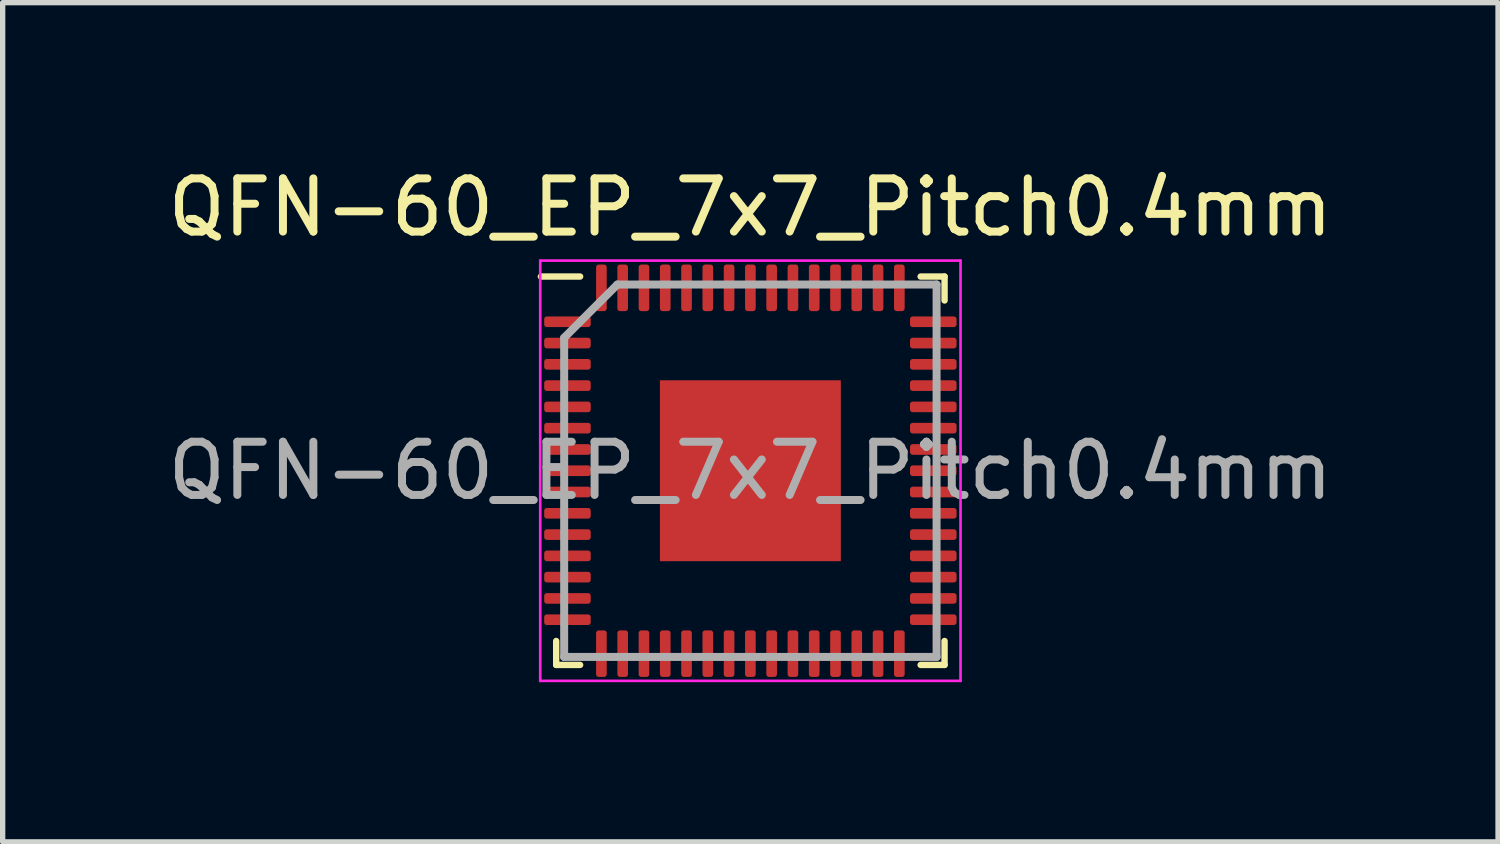
<source format=kicad_pcb>
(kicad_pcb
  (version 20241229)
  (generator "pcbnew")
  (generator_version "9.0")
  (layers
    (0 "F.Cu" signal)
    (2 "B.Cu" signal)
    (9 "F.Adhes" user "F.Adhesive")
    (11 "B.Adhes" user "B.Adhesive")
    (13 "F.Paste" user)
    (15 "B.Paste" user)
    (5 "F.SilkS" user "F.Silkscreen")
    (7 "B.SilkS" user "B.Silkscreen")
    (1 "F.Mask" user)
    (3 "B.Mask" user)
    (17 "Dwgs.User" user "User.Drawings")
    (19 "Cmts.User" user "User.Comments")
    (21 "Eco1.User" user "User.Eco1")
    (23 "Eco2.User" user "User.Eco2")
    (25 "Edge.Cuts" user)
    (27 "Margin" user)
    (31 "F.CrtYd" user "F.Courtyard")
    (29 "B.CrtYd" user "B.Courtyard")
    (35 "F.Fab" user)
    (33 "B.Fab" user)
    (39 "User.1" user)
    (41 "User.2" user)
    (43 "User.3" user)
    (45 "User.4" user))
  (footprint "QFN-60_EP_7x7_Pitch0.4mm"
    (layer "F.Cu")
    (at 11.054 5.798)
    (property "Reference" "QFN-60_EP_7x7_Pitch0.4mm" (at 0 -4.95 0) (layer "F.SilkS") (effects (font (size 1 1) (thickness 0.15))))
    (attr smd)
    (fp_line (start -3.65 3.65) (end -3.65 3.2) (stroke (width 0.12) (type default)) (layer "F.SilkS"))
    (fp_line (start -3.2 -3.65) (end -3.938 -3.65) (stroke (width 0.12) (type default)) (layer "F.SilkS"))
    (fp_line (start -3.2 3.65) (end -3.65 3.65) (stroke (width 0.12) (type default)) (layer "F.SilkS"))
    (fp_line (start 3.2 -3.65) (end 3.65 -3.65) (stroke (width 0.12) (type default)) (layer "F.SilkS"))
    (fp_line (start 3.2 3.65) (end 3.65 3.65) (stroke (width 0.12) (type default)) (layer "F.SilkS"))
    (fp_line (start 3.65 -3.65) (end 3.65 -3.2) (stroke (width 0.12) (type default)) (layer "F.SilkS"))
    (fp_line (start 3.65 3.65) (end 3.65 3.2) (stroke (width 0.12) (type default)) (layer "F.SilkS"))
    (fp_line (start -3.95 -3.95) (end 3.95 -3.95) (stroke (width 0.05) (type default)) (layer "F.CrtYd"))
    (fp_line (start -3.95 3.95) (end -3.95 -3.95) (stroke (width 0.05) (type default)) (layer "F.CrtYd"))
    (fp_line (start 3.95 -3.95) (end 3.95 3.95) (stroke (width 0.05) (type default)) (layer "F.CrtYd"))
    (fp_line (start 3.95 3.95) (end -3.95 3.95) (stroke (width 0.05) (type default)) (layer "F.CrtYd"))
    (fp_line (start -3.5 -2.5) (end -3.5 3.5) (stroke (width 0.15) (type default)) (layer "F.Fab"))
    (fp_line (start -3.5 3.5) (end 3.5 3.5) (stroke (width 0.15) (type default)) (layer "F.Fab"))
    (fp_line (start -2.5 -3.5) (end -3.5 -2.5) (stroke (width 0.15) (type default)) (layer "F.Fab"))
    (fp_line (start 3.5 -3.5) (end -2.5 -3.5) (stroke (width 0.15) (type default)) (layer "F.Fab"))
    (fp_line (start 3.5 3.5) (end 3.5 -3.5) (stroke (width 0.15) (type default)) (layer "F.Fab"))
    (fp_text user "${REFERENCE}" (at 0 0 0) (layer "F.Fab") (effects (font (size 1 1) (thickness 0.15))))
    (pad "" smd rect (at -1.275 -1.275) (size 0.1 0.1) (layers "F.Paste"))
    (pad "" smd rect (at -1.275 -0.425) (size 0.1 0.1) (layers "F.Paste"))
    (pad "" smd rect (at -1.275 0.425) (size 0.1 0.1) (layers "F.Paste"))
    (pad "" smd rect (at -1.275 1.275) (size 0.1 0.1) (layers "F.Paste"))
    (pad "" smd rect (at -0.425 -1.275) (size 0.1 0.1) (layers "F.Paste"))
    (pad "" smd rect (at -0.425 -0.425) (size 0.1 0.1) (layers "F.Paste"))
    (pad "" smd rect (at -0.425 0.425) (size 0.1 0.1) (layers "F.Paste"))
    (pad "" smd rect (at -0.425 1.275) (size 0.1 0.1) (layers "F.Paste"))
    (pad "" smd rect (at 0.425 -1.275) (size 0.1 0.1) (layers "F.Paste"))
    (pad "" smd rect (at 0.425 -0.425) (size 0.1 0.1) (layers "F.Paste"))
    (pad "" smd rect (at 0.425 0.425) (size 0.1 0.1) (layers "F.Paste"))
    (pad "" smd rect (at 0.425 1.275) (size 0.1 0.1) (layers "F.Paste"))
    (pad "" smd rect (at 1.275 -1.275) (size 0.1 0.1) (layers "F.Paste"))
    (pad "" smd rect (at 1.275 -0.425) (size 0.1 0.1) (layers "F.Paste"))
    (pad "" smd rect (at 1.275 0.425) (size 0.1 0.1) (layers "F.Paste"))
    (pad "" smd rect (at 1.275 1.275) (size 0.1 0.1) (layers "F.Paste"))
    (pad "1" smd roundrect (at -3.438 -2.8 90) (size 0.2 0.875) (layers "F.Cu" "F.Mask" "F.Paste") (roundrect_rratio 0.25))
    (pad "2" smd roundrect (at -3.438 -2.4 90) (size 0.2 0.875) (layers "F.Cu" "F.Mask" "F.Paste") (roundrect_rratio 0.25))
    (pad "3" smd roundrect (at -3.438 -2 90) (size 0.2 0.875) (layers "F.Cu" "F.Mask" "F.Paste") (roundrect_rratio 0.25))
    (pad "4" smd roundrect (at -3.438 -1.6 90) (size 0.2 0.875) (layers "F.Cu" "F.Mask" "F.Paste") (roundrect_rratio 0.25))
    (pad "5" smd roundrect (at -3.438 -1.2 90) (size 0.2 0.875) (layers "F.Cu" "F.Mask" "F.Paste") (roundrect_rratio 0.25))
    (pad "6" smd roundrect (at -3.438 -0.8 90) (size 0.2 0.875) (layers "F.Cu" "F.Mask" "F.Paste") (roundrect_rratio 0.25))
    (pad "7" smd roundrect (at -3.438 -0.4 90) (size 0.2 0.875) (layers "F.Cu" "F.Mask" "F.Paste") (roundrect_rratio 0.25))
    (pad "8" smd roundrect (at -3.438 0 90) (size 0.2 0.875) (layers "F.Cu" "F.Mask" "F.Paste") (roundrect_rratio 0.25))
    (pad "9" smd roundrect (at -3.438 0.4 90) (size 0.2 0.875) (layers "F.Cu" "F.Mask" "F.Paste") (roundrect_rratio 0.25))
    (pad "10" smd roundrect (at -3.438 0.8 90) (size 0.2 0.875) (layers "F.Cu" "F.Mask" "F.Paste") (roundrect_rratio 0.25))
    (pad "11" smd roundrect (at -3.438 1.2 90) (size 0.2 0.875) (layers "F.Cu" "F.Mask" "F.Paste") (roundrect_rratio 0.25))
    (pad "12" smd roundrect (at -3.438 1.6 90) (size 0.2 0.875) (layers "F.Cu" "F.Mask" "F.Paste") (roundrect_rratio 0.25))
    (pad "13" smd roundrect (at -3.438 2 90) (size 0.2 0.875) (layers "F.Cu" "F.Mask" "F.Paste") (roundrect_rratio 0.25))
    (pad "14" smd roundrect (at -3.438 2.4 90) (size 0.2 0.875) (layers "F.Cu" "F.Mask" "F.Paste") (roundrect_rratio 0.25))
    (pad "15" smd roundrect (at -3.438 2.8 90) (size 0.2 0.875) (layers "F.Cu" "F.Mask" "F.Paste") (roundrect_rratio 0.25))
    (pad "16" smd roundrect (at -2.8 3.438) (size 0.2 0.875) (layers "F.Cu" "F.Mask" "F.Paste") (roundrect_rratio 0.25))
    (pad "17" smd roundrect (at -2.4 3.438) (size 0.2 0.875) (layers "F.Cu" "F.Mask" "F.Paste") (roundrect_rratio 0.25))
    (pad "18" smd roundrect (at -2 3.438) (size 0.2 0.875) (layers "F.Cu" "F.Mask" "F.Paste") (roundrect_rratio 0.25))
    (pad "19" smd roundrect (at -1.6 3.438) (size 0.2 0.875) (layers "F.Cu" "F.Mask" "F.Paste") (roundrect_rratio 0.25))
    (pad "20" smd roundrect (at -1.2 3.438) (size 0.2 0.875) (layers "F.Cu" "F.Mask" "F.Paste") (roundrect_rratio 0.25))
    (pad "21" smd roundrect (at -0.8 3.438) (size 0.2 0.875) (layers "F.Cu" "F.Mask" "F.Paste") (roundrect_rratio 0.25))
    (pad "22" smd roundrect (at -0.4 3.438) (size 0.2 0.875) (layers "F.Cu" "F.Mask" "F.Paste") (roundrect_rratio 0.25))
    (pad "23" smd roundrect (at 0 3.438) (size 0.2 0.875) (layers "F.Cu" "F.Mask" "F.Paste") (roundrect_rratio 0.25))
    (pad "24" smd roundrect (at 0.4 3.438) (size 0.2 0.875) (layers "F.Cu" "F.Mask" "F.Paste") (roundrect_rratio 0.25))
    (pad "25" smd roundrect (at 0.8 3.438) (size 0.2 0.875) (layers "F.Cu" "F.Mask" "F.Paste") (roundrect_rratio 0.25))
    (pad "26" smd roundrect (at 1.2 3.438) (size 0.2 0.875) (layers "F.Cu" "F.Mask" "F.Paste") (roundrect_rratio 0.25))
    (pad "27" smd roundrect (at 1.6 3.438) (size 0.2 0.875) (layers "F.Cu" "F.Mask" "F.Paste") (roundrect_rratio 0.25))
    (pad "28" smd roundrect (at 2 3.438) (size 0.2 0.875) (layers "F.Cu" "F.Mask" "F.Paste") (roundrect_rratio 0.25))
    (pad "29" smd roundrect (at 2.4 3.438) (size 0.2 0.875) (layers "F.Cu" "F.Mask" "F.Paste") (roundrect_rratio 0.25))
    (pad "30" smd roundrect (at 2.8 3.438) (size 0.2 0.875) (layers "F.Cu" "F.Mask" "F.Paste") (roundrect_rratio 0.25))
    (pad "31" smd roundrect (at 3.438 2.8 90) (size 0.2 0.875) (layers "F.Cu" "F.Mask" "F.Paste") (roundrect_rratio 0.25))
    (pad "32" smd roundrect (at 3.438 2.4 90) (size 0.2 0.875) (layers "F.Cu" "F.Mask" "F.Paste") (roundrect_rratio 0.25))
    (pad "33" smd roundrect (at 3.438 2 90) (size 0.2 0.875) (layers "F.Cu" "F.Mask" "F.Paste") (roundrect_rratio 0.25))
    (pad "34" smd roundrect (at 3.438 1.6 90) (size 0.2 0.875) (layers "F.Cu" "F.Mask" "F.Paste") (roundrect_rratio 0.25))
    (pad "35" smd roundrect (at 3.438 1.2 90) (size 0.2 0.875) (layers "F.Cu" "F.Mask" "F.Paste") (roundrect_rratio 0.25))
    (pad "36" smd roundrect (at 3.438 0.8 90) (size 0.2 0.875) (layers "F.Cu" "F.Mask" "F.Paste") (roundrect_rratio 0.25))
    (pad "37" smd roundrect (at 3.438 0.4 90) (size 0.2 0.875) (layers "F.Cu" "F.Mask" "F.Paste") (roundrect_rratio 0.25))
    (pad "38" smd roundrect (at 3.438 0 90) (size 0.2 0.875) (layers "F.Cu" "F.Mask" "F.Paste") (roundrect_rratio 0.25))
    (pad "39" smd roundrect (at 3.438 -0.4 90) (size 0.2 0.875) (layers "F.Cu" "F.Mask" "F.Paste") (roundrect_rratio 0.25))
    (pad "40" smd roundrect (at 3.438 -0.8 90) (size 0.2 0.875) (layers "F.Cu" "F.Mask" "F.Paste") (roundrect_rratio 0.25))
    (pad "41" smd roundrect (at 3.438 -1.2 90) (size 0.2 0.875) (layers "F.Cu" "F.Mask" "F.Paste") (roundrect_rratio 0.25))
    (pad "42" smd roundrect (at 3.438 -1.6 90) (size 0.2 0.875) (layers "F.Cu" "F.Mask" "F.Paste") (roundrect_rratio 0.25))
    (pad "43" smd roundrect (at 3.438 -2 90) (size 0.2 0.875) (layers "F.Cu" "F.Mask" "F.Paste") (roundrect_rratio 0.25))
    (pad "44" smd roundrect (at 3.438 -2.4 90) (size 0.2 0.875) (layers "F.Cu" "F.Mask" "F.Paste") (roundrect_rratio 0.25))
    (pad "45" smd roundrect (at 3.438 -2.8 90) (size 0.2 0.875) (layers "F.Cu" "F.Mask" "F.Paste") (roundrect_rratio 0.25))
    (pad "46" smd roundrect (at 2.8 -3.438) (size 0.2 0.875) (layers "F.Cu" "F.Mask" "F.Paste") (roundrect_rratio 0.25))
    (pad "47" smd roundrect (at 2.4 -3.438) (size 0.2 0.875) (layers "F.Cu" "F.Mask" "F.Paste") (roundrect_rratio 0.25))
    (pad "48" smd roundrect (at 2 -3.438) (size 0.2 0.875) (layers "F.Cu" "F.Mask" "F.Paste") (roundrect_rratio 0.25))
    (pad "49" smd roundrect (at 1.6 -3.438) (size 0.2 0.875) (layers "F.Cu" "F.Mask" "F.Paste") (roundrect_rratio 0.25))
    (pad "50" smd roundrect (at 1.2 -3.438) (size 0.2 0.875) (layers "F.Cu" "F.Mask" "F.Paste") (roundrect_rratio 0.25))
    (pad "51" smd roundrect (at 0.8 -3.438) (size 0.2 0.875) (layers "F.Cu" "F.Mask" "F.Paste") (roundrect_rratio 0.25))
    (pad "52" smd roundrect (at 0.4 -3.438) (size 0.2 0.875) (layers "F.Cu" "F.Mask" "F.Paste") (roundrect_rratio 0.25))
    (pad "53" smd roundrect (at 0 -3.438) (size 0.2 0.875) (layers "F.Cu" "F.Mask" "F.Paste") (roundrect_rratio 0.25))
    (pad "54" smd roundrect (at -0.4 -3.438) (size 0.2 0.875) (layers "F.Cu" "F.Mask" "F.Paste") (roundrect_rratio 0.25))
    (pad "55" smd roundrect (at -0.8 -3.438) (size 0.2 0.875) (layers "F.Cu" "F.Mask" "F.Paste") (roundrect_rratio 0.25))
    (pad "56" smd roundrect (at -1.2 -3.438) (size 0.2 0.875) (layers "F.Cu" "F.Mask" "F.Paste") (roundrect_rratio 0.25))
    (pad "57" smd roundrect (at -1.6 -3.438) (size 0.2 0.875) (layers "F.Cu" "F.Mask" "F.Paste") (roundrect_rratio 0.25))
    (pad "58" smd roundrect (at -2 -3.438) (size 0.2 0.875) (layers "F.Cu" "F.Mask" "F.Paste") (roundrect_rratio 0.25))
    (pad "59" smd roundrect (at -2.4 -3.438) (size 0.2 0.875) (layers "F.Cu" "F.Mask" "F.Paste") (roundrect_rratio 0.25))
    (pad "60" smd roundrect (at -2.8 -3.438) (size 0.2 0.875) (layers "F.Cu" "F.Mask" "F.Paste") (roundrect_rratio 0.25))
    (pad "61" smd rect (at 0 0) (size 3.4 3.4) (layers "F.Cu" "F.Mask")))
  (gr_rect
    (start -3 -3)
    (end 25.107 12.773)
    (stroke (width 0.1) (type default))
    (fill no)
    (layer "Edge.Cuts")))
</source>
